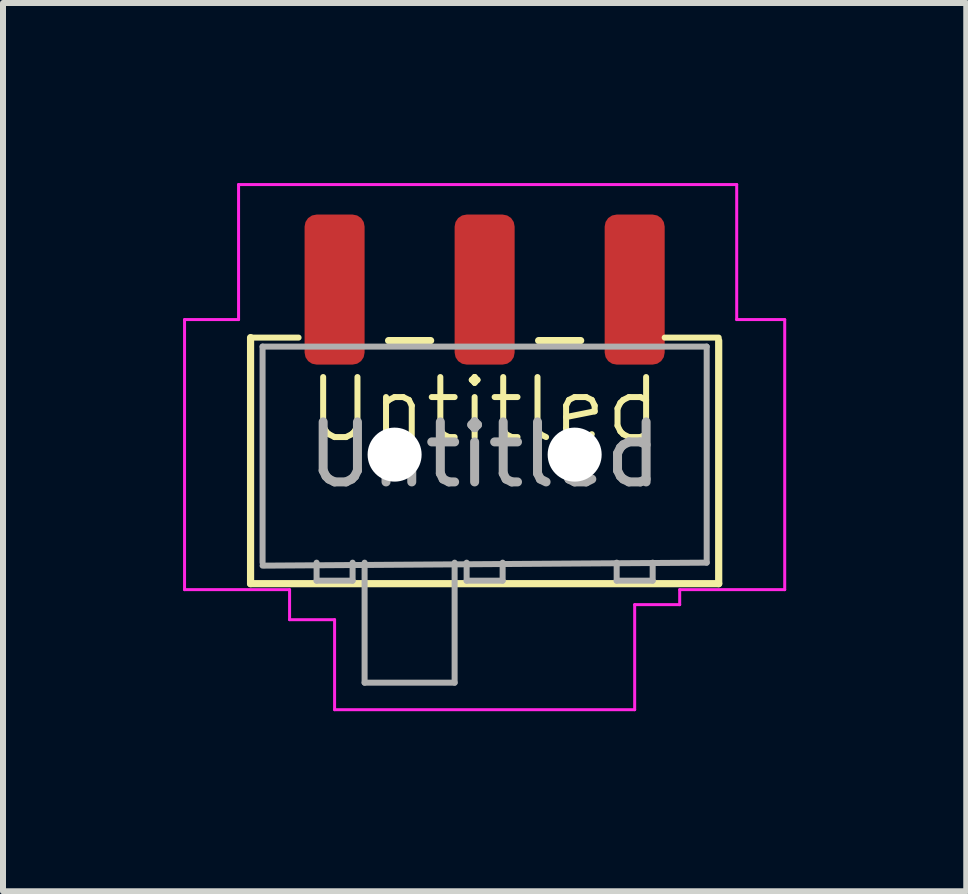
<source format=kicad_pcb>
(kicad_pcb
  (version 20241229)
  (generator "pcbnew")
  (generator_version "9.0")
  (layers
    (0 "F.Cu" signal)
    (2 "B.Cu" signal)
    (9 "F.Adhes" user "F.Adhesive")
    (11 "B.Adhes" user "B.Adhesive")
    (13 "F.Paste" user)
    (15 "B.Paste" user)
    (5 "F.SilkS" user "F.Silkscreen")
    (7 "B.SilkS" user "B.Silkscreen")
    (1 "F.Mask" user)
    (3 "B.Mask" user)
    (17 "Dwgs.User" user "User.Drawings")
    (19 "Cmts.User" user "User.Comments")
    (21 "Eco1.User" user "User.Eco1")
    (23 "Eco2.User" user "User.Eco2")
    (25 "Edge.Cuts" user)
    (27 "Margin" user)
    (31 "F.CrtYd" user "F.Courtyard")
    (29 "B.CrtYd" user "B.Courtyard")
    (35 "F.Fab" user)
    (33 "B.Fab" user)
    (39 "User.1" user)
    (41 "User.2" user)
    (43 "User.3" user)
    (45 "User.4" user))
  (footprint "Untitled"
    (layer "F.Cu")
    (at 5.025 4.275)
    (property "Reference" "Untitled" (at 0 -0.5 0) (unlocked yes) (layer "F.SilkS") (effects (font (size 1 1) (thickness 0.1))))
    (attr smd)
    (fp_line (start -3.9 2.4) (end -3.9 -1.7) (stroke (width 0.12) (type solid)) (layer "F.SilkS"))
    (fp_line (start -3.9 2.4) (end 3.9 2.4) (stroke (width 0.12) (type solid)) (layer "F.SilkS"))
    (fp_line (start -3.1 -1.7) (end -3.9 -1.7) (stroke (width 0.1) (type default)) (layer "F.SilkS"))
    (fp_line (start -0.9 -1.65) (end -1.6 -1.65) (stroke (width 0.12) (type solid)) (layer "F.SilkS"))
    (fp_line (start 1.6 -1.65) (end 0.9 -1.65) (stroke (width 0.12) (type solid)) (layer "F.SilkS"))
    (fp_line (start 3 -1.7) (end 3.9 -1.7) (stroke (width 0.1) (type default)) (layer "F.SilkS"))
    (fp_line (start 3.9 -1.65) (end 3.9 2.4) (stroke (width 0.12) (type solid)) (layer "F.SilkS"))
    (fp_line (start -5 -2) (end -5 2.5) (stroke (width 0.05) (type solid)) (layer "F.CrtYd"))
    (fp_line (start -5 2.5) (end -3.25 2.5) (stroke (width 0.05) (type solid)) (layer "F.CrtYd"))
    (fp_line (start -4.1 -4.25) (end -4.1 -2) (stroke (width 0.05) (type solid)) (layer "F.CrtYd"))
    (fp_line (start -4.1 -2) (end -5 -2) (stroke (width 0.05) (type solid)) (layer "F.CrtYd"))
    (fp_line (start -3.25 2.5) (end -3.25 3) (stroke (width 0.05) (type solid)) (layer "F.CrtYd"))
    (fp_line (start -3.25 3) (end -2.5 3) (stroke (width 0.05) (type solid)) (layer "F.CrtYd"))
    (fp_line (start -2.5 3) (end -2.5 4.5) (stroke (width 0.05) (type solid)) (layer "F.CrtYd"))
    (fp_line (start -2.5 4.5) (end 2.5 4.5) (stroke (width 0.05) (type solid)) (layer "F.CrtYd"))
    (fp_line (start 2.5 2.75) (end 3.25 2.75) (stroke (width 0.05) (type solid)) (layer "F.CrtYd"))
    (fp_line (start 2.5 4.5) (end 2.5 2.75) (stroke (width 0.05) (type solid)) (layer "F.CrtYd"))
    (fp_line (start 3.25 2.5) (end 5 2.5) (stroke (width 0.05) (type solid)) (layer "F.CrtYd"))
    (fp_line (start 3.25 2.75) (end 3.25 2.5) (stroke (width 0.05) (type solid)) (layer "F.CrtYd"))
    (fp_line (start 4.2 -4.25) (end -4.1 -4.25) (stroke (width 0.05) (type solid)) (layer "F.CrtYd"))
    (fp_line (start 4.2 -2) (end 4.2 -4.25) (stroke (width 0.05) (type solid)) (layer "F.CrtYd"))
    (fp_line (start 5 -2) (end 4.2 -2) (stroke (width 0.05) (type solid)) (layer "F.CrtYd"))
    (fp_line (start 5 2.5) (end 5 -2) (stroke (width 0.05) (type solid)) (layer "F.CrtYd"))
    (fp_line (start -3.7 -1.55) (end -3.7 2.05) (stroke (width 0.1) (type solid)) (layer "F.Fab"))
    (fp_line (start -3.7 -1.55) (end 3.7 -1.55) (stroke (width 0.1) (type default)) (layer "F.Fab"))
    (fp_line (start -3.7 2.1) (end 3.7 2.05) (stroke (width 0.1) (type default)) (layer "F.Fab"))
    (fp_line (start -2.8 2.35) (end -2.8 2.05) (stroke (width 0.1) (type solid)) (layer "F.Fab"))
    (fp_line (start -2.2 2.05) (end -2.2 2.35) (stroke (width 0.1) (type solid)) (layer "F.Fab"))
    (fp_line (start -2.2 2.35) (end -2.8 2.35) (stroke (width 0.1) (type solid)) (layer "F.Fab"))
    (fp_line (start -2 4.05) (end -2 2.05) (stroke (width 0.1) (type solid)) (layer "F.Fab"))
    (fp_line (start -0.5 2.05) (end -0.5 4.05) (stroke (width 0.1) (type solid)) (layer "F.Fab"))
    (fp_line (start -0.5 4.05) (end -2 4.05) (stroke (width 0.1) (type solid)) (layer "F.Fab"))
    (fp_line (start -0.3 2.35) (end -0.3 2.05) (stroke (width 0.1) (type solid)) (layer "F.Fab"))
    (fp_line (start 0.3 2.05) (end 0.3 2.35) (stroke (width 0.1) (type solid)) (layer "F.Fab"))
    (fp_line (start 0.3 2.35) (end -0.3 2.35) (stroke (width 0.1) (type solid)) (layer "F.Fab"))
    (fp_line (start 2.2 2.05) (end 2.2 2.35) (stroke (width 0.1) (type solid)) (layer "F.Fab"))
    (fp_line (start 2.2 2.35) (end 2.8 2.35) (stroke (width 0.1) (type solid)) (layer "F.Fab"))
    (fp_line (start 2.8 2.35) (end 2.8 2.05) (stroke (width 0.1) (type solid)) (layer "F.Fab"))
    (fp_line (start 3.7 -1.55) (end 3.7 2.05) (stroke (width 0.1) (type solid)) (layer "F.Fab"))
    (fp_text user "${REFERENCE}" (at 0 0.25 0) (layer "F.Fab") (effects (font (size 1 1) (thickness 0.15))))
    (pad "" np_thru_hole circle (at -1.5 0.25) (size 0.9 0.9) (drill 0.9) (layers "*.Cu" "*.Mask"))
    (pad "" np_thru_hole circle (at 1.5 0.25) (size 0.9 0.9) (drill 0.9) (layers "*.Cu" "*.Mask"))
    (pad "1" smd roundrect (at -2.5 -2.5) (size 1 2.5) (layers "F.Cu" "F.Mask" "F.Paste") (roundrect_rratio 0.2))
    (pad "2" smd roundrect (at 0 -2.5) (size 1 2.5) (layers "F.Cu" "F.Mask" "F.Paste") (roundrect_rratio 0.2))
    (pad "3" smd roundrect (at 2.5 -2.5) (size 1 2.5) (layers "F.Cu" "F.Mask" "F.Paste") (roundrect_rratio 0.2)))
  (gr_rect
    (start -3 -3)
    (end 13.05 11.8)
    (stroke (width 0.1) (type default))
    (fill no)
    (layer "Edge.Cuts")))
</source>
